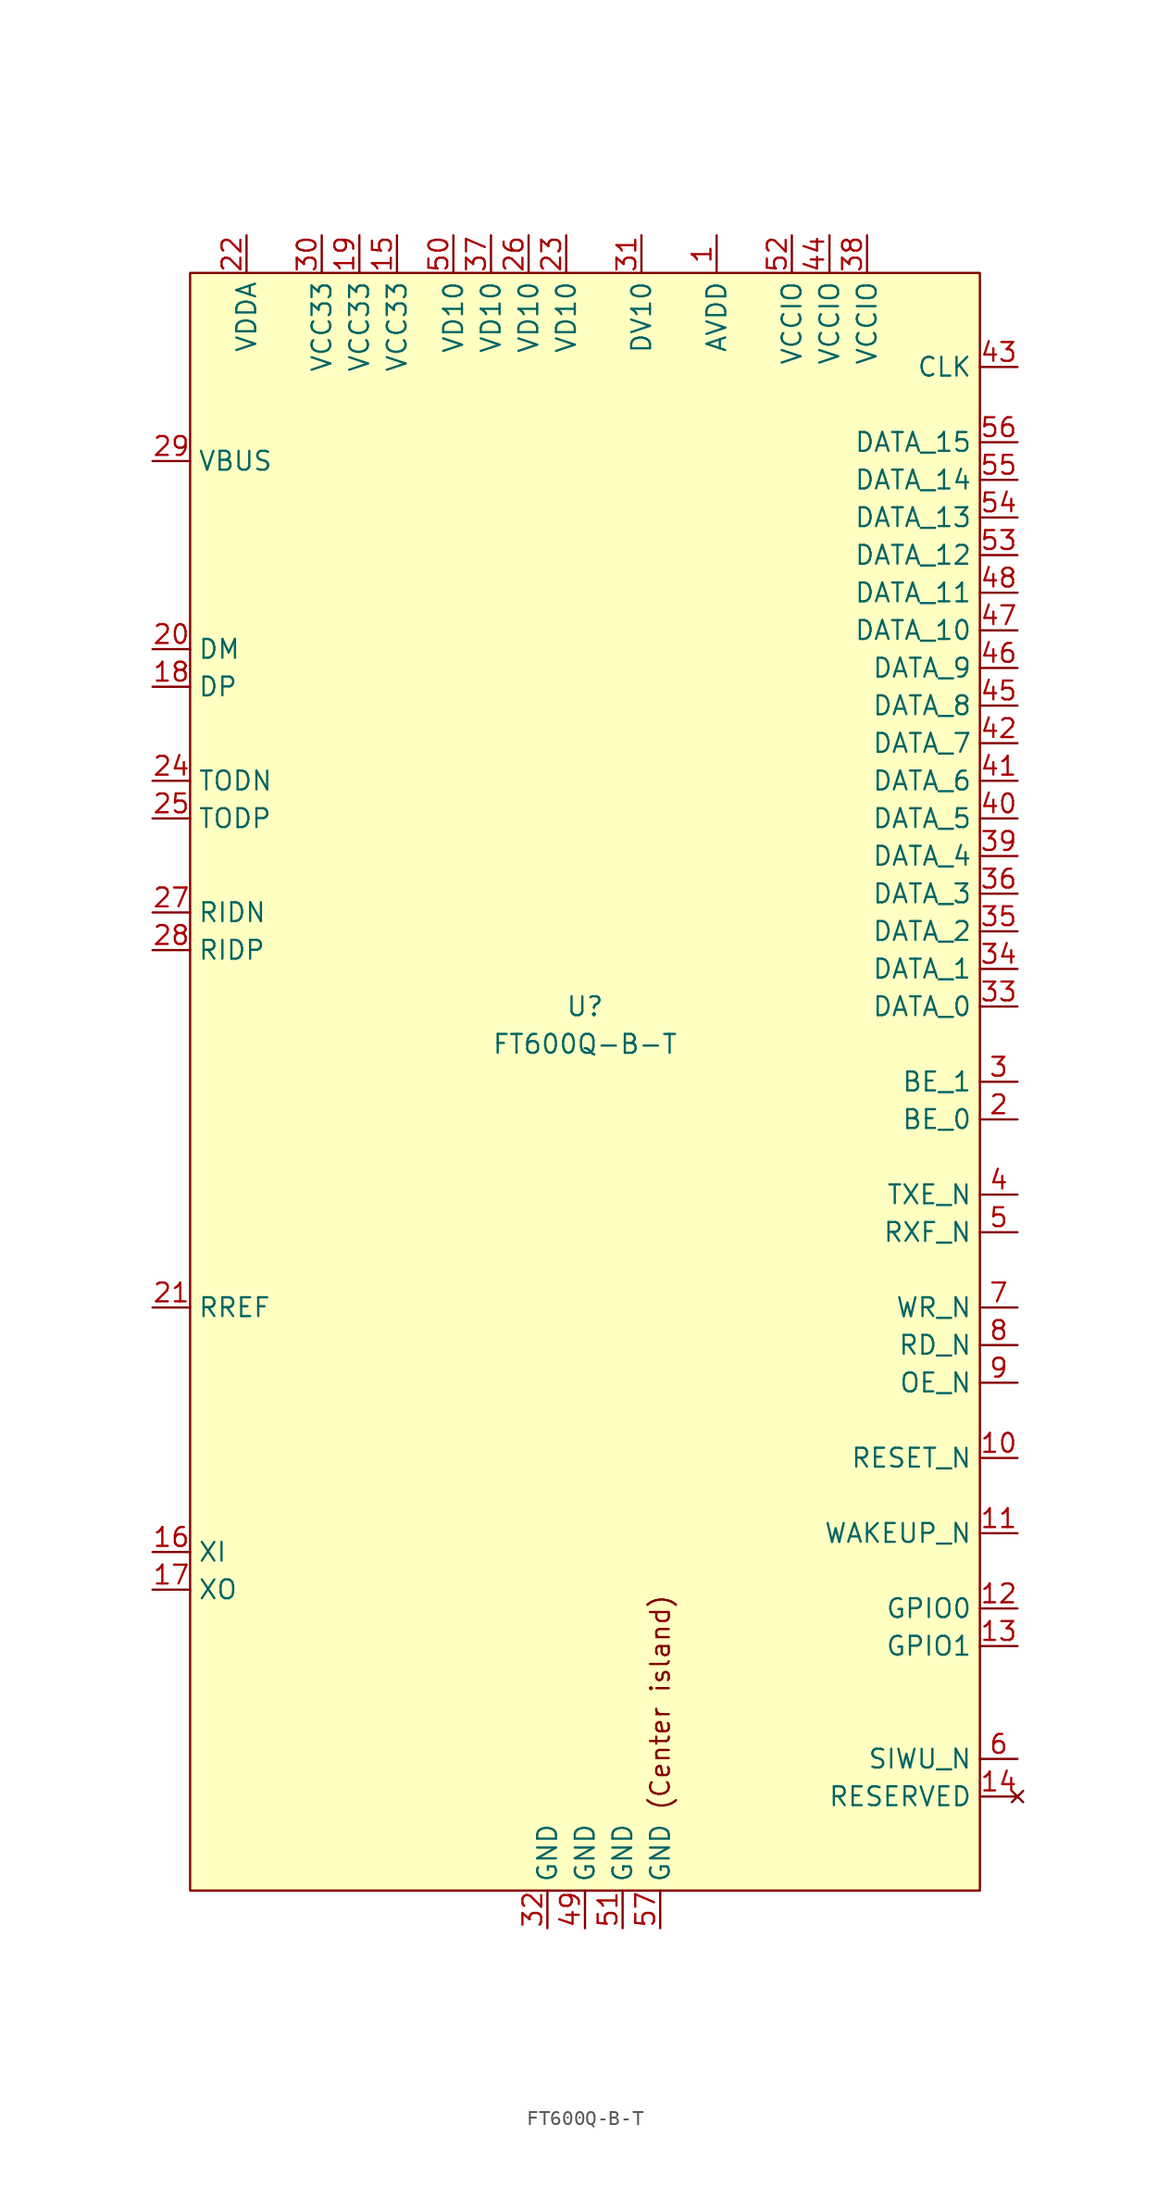
<source format=kicad_sym>
(kicad_symbol_lib
  (version 20211014)
  (generator kicad_symbol_editor)
  (symbol "FT600Q-B-T"
    (property "Reference" "U"
      (at -1.27 2.54 0)
      (effects (font (size 1.27 1.27))))
    (property "Value" "FT600Q-B-T"
      (at -1.27 0 0)
      (effects (font (size 1.27 1.27))))
    (symbol "FT600Q-B-T_0_0"
      (text "(Center island)" (at 3.81 -44.45 900) (effects (font (size 1.27 1.27)))))
    (symbol "FT600Q-B-T_0_1"
      (rectangle (start -27.94 52.07) (end 25.4 -57.15) (stroke (width 0) (type default) (color 0 0 0 0)) (fill (type background))))
    (symbol "FT600Q-B-T_1_1"
      (pin power_in line (at 7.62 54.61 270) (length 2.54) (name "AVDD" (effects (font (size 1.27 1.27)))) (number "1" (effects (font (size 1.27 1.27)))))
      (pin input line (at 27.94 -27.94 180) (length 2.54) (name "RESET_N" (effects (font (size 1.27 1.27)))) (number "10" (effects (font (size 1.27 1.27)))))
      (pin bidirectional line (at 27.94 -33.02 180) (length 2.54) (name "WAKEUP_N" (effects (font (size 1.27 1.27)))) (number "11" (effects (font (size 1.27 1.27)))))
      (pin bidirectional line (at 27.94 -38.1 180) (length 2.54) (name "GPIO0" (effects (font (size 1.27 1.27)))) (number "12" (effects (font (size 1.27 1.27)))))
      (pin bidirectional line (at 27.94 -40.64 180) (length 2.54) (name "GPIO1" (effects (font (size 1.27 1.27)))) (number "13" (effects (font (size 1.27 1.27)))))
      (pin no_connect line (at 27.94 -50.8 180) (length 2.54) (name "RESERVED" (effects (font (size 1.27 1.27)))) (number "14" (effects (font (size 1.27 1.27)))))
      (pin power_in line (at -13.97 54.61 270) (length 2.54) (name "VCC33" (effects (font (size 1.27 1.27)))) (number "15" (effects (font (size 1.27 1.27)))))
      (pin input line (at -30.48 -34.29 0) (length 2.54) (name "XI" (effects (font (size 1.27 1.27)))) (number "16" (effects (font (size 1.27 1.27)))))
      (pin output line (at -30.48 -36.83 0) (length 2.54) (name "XO" (effects (font (size 1.27 1.27)))) (number "17" (effects (font (size 1.27 1.27)))))
      (pin bidirectional line (at -30.48 24.13 0) (length 2.54) (name "DP" (effects (font (size 1.27 1.27)))) (number "18" (effects (font (size 1.27 1.27)))))
      (pin power_in line (at -16.51 54.61 270) (length 2.54) (name "VCC33" (effects (font (size 1.27 1.27)))) (number "19" (effects (font (size 1.27 1.27)))))
      (pin bidirectional line (at 27.94 -5.08 180) (length 2.54) (name "BE_0" (effects (font (size 1.27 1.27)))) (number "2" (effects (font (size 1.27 1.27)))))
      (pin bidirectional line (at -30.48 26.67 0) (length 2.54) (name "DM" (effects (font (size 1.27 1.27)))) (number "20" (effects (font (size 1.27 1.27)))))
      (pin input line (at -30.48 -17.78 0) (length 2.54) (name "RREF" (effects (font (size 1.27 1.27)))) (number "21" (effects (font (size 1.27 1.27)))))
      (pin power_in line (at -24.13 54.61 270) (length 2.54) (name "VDDA" (effects (font (size 1.27 1.27)))) (number "22" (effects (font (size 1.27 1.27)))))
      (pin power_in line (at -2.54 54.61 270) (length 2.54) (name "VD10" (effects (font (size 1.27 1.27)))) (number "23" (effects (font (size 1.27 1.27)))))
      (pin output line (at -30.48 17.78 0) (length 2.54) (name "TODN" (effects (font (size 1.27 1.27)))) (number "24" (effects (font (size 1.27 1.27)))))
      (pin output line (at -30.48 15.24 0) (length 2.54) (name "TODP" (effects (font (size 1.27 1.27)))) (number "25" (effects (font (size 1.27 1.27)))))
      (pin power_in line (at -5.08 54.61 270) (length 2.54) (name "VD10" (effects (font (size 1.27 1.27)))) (number "26" (effects (font (size 1.27 1.27)))))
      (pin input line (at -30.48 8.89 0) (length 2.54) (name "RIDN" (effects (font (size 1.27 1.27)))) (number "27" (effects (font (size 1.27 1.27)))))
      (pin input line (at -30.48 6.35 0) (length 2.54) (name "RIDP" (effects (font (size 1.27 1.27)))) (number "28" (effects (font (size 1.27 1.27)))))
      (pin power_in line (at -30.48 39.37 0) (length 2.54) (name "VBUS" (effects (font (size 1.27 1.27)))) (number "29" (effects (font (size 1.27 1.27)))))
      (pin bidirectional line (at 27.94 -2.54 180) (length 2.54) (name "BE_1" (effects (font (size 1.27 1.27)))) (number "3" (effects (font (size 1.27 1.27)))))
      (pin power_in line (at -19.05 54.61 270) (length 2.54) (name "VCC33" (effects (font (size 1.27 1.27)))) (number "30" (effects (font (size 1.27 1.27)))))
      (pin power_out line (at 2.54 54.61 270) (length 2.54) (name "DV10" (effects (font (size 1.27 1.27)))) (number "31" (effects (font (size 1.27 1.27)))))
      (pin power_in line (at -3.81 -59.69 90) (length 2.54) (name "GND" (effects (font (size 1.27 1.27)))) (number "32" (effects (font (size 1.27 1.27)))))
      (pin bidirectional line (at 27.94 2.54 180) (length 2.54) (name "DATA_0" (effects (font (size 1.27 1.27)))) (number "33" (effects (font (size 1.27 1.27)))))
      (pin bidirectional line (at 27.94 5.08 180) (length 2.54) (name "DATA_1" (effects (font (size 1.27 1.27)))) (number "34" (effects (font (size 1.27 1.27)))))
      (pin bidirectional line (at 27.94 7.62 180) (length 2.54) (name "DATA_2" (effects (font (size 1.27 1.27)))) (number "35" (effects (font (size 1.27 1.27)))))
      (pin bidirectional line (at 27.94 10.16 180) (length 2.54) (name "DATA_3" (effects (font (size 1.27 1.27)))) (number "36" (effects (font (size 1.27 1.27)))))
      (pin power_in line (at -7.62 54.61 270) (length 2.54) (name "VD10" (effects (font (size 1.27 1.27)))) (number "37" (effects (font (size 1.27 1.27)))))
      (pin power_in line (at 17.78 54.61 270) (length 2.54) (name "VCCIO" (effects (font (size 1.27 1.27)))) (number "38" (effects (font (size 1.27 1.27)))))
      (pin bidirectional line (at 27.94 12.7 180) (length 2.54) (name "DATA_4" (effects (font (size 1.27 1.27)))) (number "39" (effects (font (size 1.27 1.27)))))
      (pin output line (at 27.94 -10.16 180) (length 2.54) (name "TXE_N" (effects (font (size 1.27 1.27)))) (number "4" (effects (font (size 1.27 1.27)))))
      (pin bidirectional line (at 27.94 15.24 180) (length 2.54) (name "DATA_5" (effects (font (size 1.27 1.27)))) (number "40" (effects (font (size 1.27 1.27)))))
      (pin bidirectional line (at 27.94 17.78 180) (length 2.54) (name "DATA_6" (effects (font (size 1.27 1.27)))) (number "41" (effects (font (size 1.27 1.27)))))
      (pin bidirectional line (at 27.94 20.32 180) (length 2.54) (name "DATA_7" (effects (font (size 1.27 1.27)))) (number "42" (effects (font (size 1.27 1.27)))))
      (pin output line (at 27.94 45.72 180) (length 2.54) (name "CLK" (effects (font (size 1.27 1.27)))) (number "43" (effects (font (size 1.27 1.27)))))
      (pin power_in line (at 15.24 54.61 270) (length 2.54) (name "VCCIO" (effects (font (size 1.27 1.27)))) (number "44" (effects (font (size 1.27 1.27)))))
      (pin bidirectional line (at 27.94 22.86 180) (length 2.54) (name "DATA_8" (effects (font (size 1.27 1.27)))) (number "45" (effects (font (size 1.27 1.27)))))
      (pin bidirectional line (at 27.94 25.4 180) (length 2.54) (name "DATA_9" (effects (font (size 1.27 1.27)))) (number "46" (effects (font (size 1.27 1.27)))))
      (pin bidirectional line (at 27.94 27.94 180) (length 2.54) (name "DATA_10" (effects (font (size 1.27 1.27)))) (number "47" (effects (font (size 1.27 1.27)))))
      (pin bidirectional line (at 27.94 30.48 180) (length 2.54) (name "DATA_11" (effects (font (size 1.27 1.27)))) (number "48" (effects (font (size 1.27 1.27)))))
      (pin power_in line (at -1.27 -59.69 90) (length 2.54) (name "GND" (effects (font (size 1.27 1.27)))) (number "49" (effects (font (size 1.27 1.27)))))
      (pin output line (at 27.94 -12.7 180) (length 2.54) (name "RXF_N" (effects (font (size 1.27 1.27)))) (number "5" (effects (font (size 1.27 1.27)))))
      (pin power_in line (at -10.16 54.61 270) (length 2.54) (name "VD10" (effects (font (size 1.27 1.27)))) (number "50" (effects (font (size 1.27 1.27)))))
      (pin power_in line (at 1.27 -59.69 90) (length 2.54) (name "GND" (effects (font (size 1.27 1.27)))) (number "51" (effects (font (size 1.27 1.27)))))
      (pin power_in line (at 12.7 54.61 270) (length 2.54) (name "VCCIO" (effects (font (size 1.27 1.27)))) (number "52" (effects (font (size 1.27 1.27)))))
      (pin bidirectional line (at 27.94 33.02 180) (length 2.54) (name "DATA_12" (effects (font (size 1.27 1.27)))) (number "53" (effects (font (size 1.27 1.27)))))
      (pin bidirectional line (at 27.94 35.56 180) (length 2.54) (name "DATA_13" (effects (font (size 1.27 1.27)))) (number "54" (effects (font (size 1.27 1.27)))))
      (pin bidirectional line (at 27.94 38.1 180) (length 2.54) (name "DATA_14" (effects (font (size 1.27 1.27)))) (number "55" (effects (font (size 1.27 1.27)))))
      (pin bidirectional line (at 27.94 40.64 180) (length 2.54) (name "DATA_15" (effects (font (size 1.27 1.27)))) (number "56" (effects (font (size 1.27 1.27)))))
      (pin power_in line (at 3.81 -59.69 90) (length 2.54) (name "GND" (effects (font (size 1.27 1.27)))) (number "57" (effects (font (size 1.27 1.27)))))
      (pin input line (at 27.94 -48.26 180) (length 2.54) (name "SIWU_N" (effects (font (size 1.27 1.27)))) (number "6" (effects (font (size 1.27 1.27)))))
      (pin input line (at 27.94 -17.78 180) (length 2.54) (name "WR_N" (effects (font (size 1.27 1.27)))) (number "7" (effects (font (size 1.27 1.27)))))
      (pin input line (at 27.94 -20.32 180) (length 2.54) (name "RD_N" (effects (font (size 1.27 1.27)))) (number "8" (effects (font (size 1.27 1.27)))))
      (pin input line (at 27.94 -22.86 180) (length 2.54) (name "OE_N" (effects (font (size 1.27 1.27)))) (number "9" (effects (font (size 1.27 1.27))))))))
</source>
